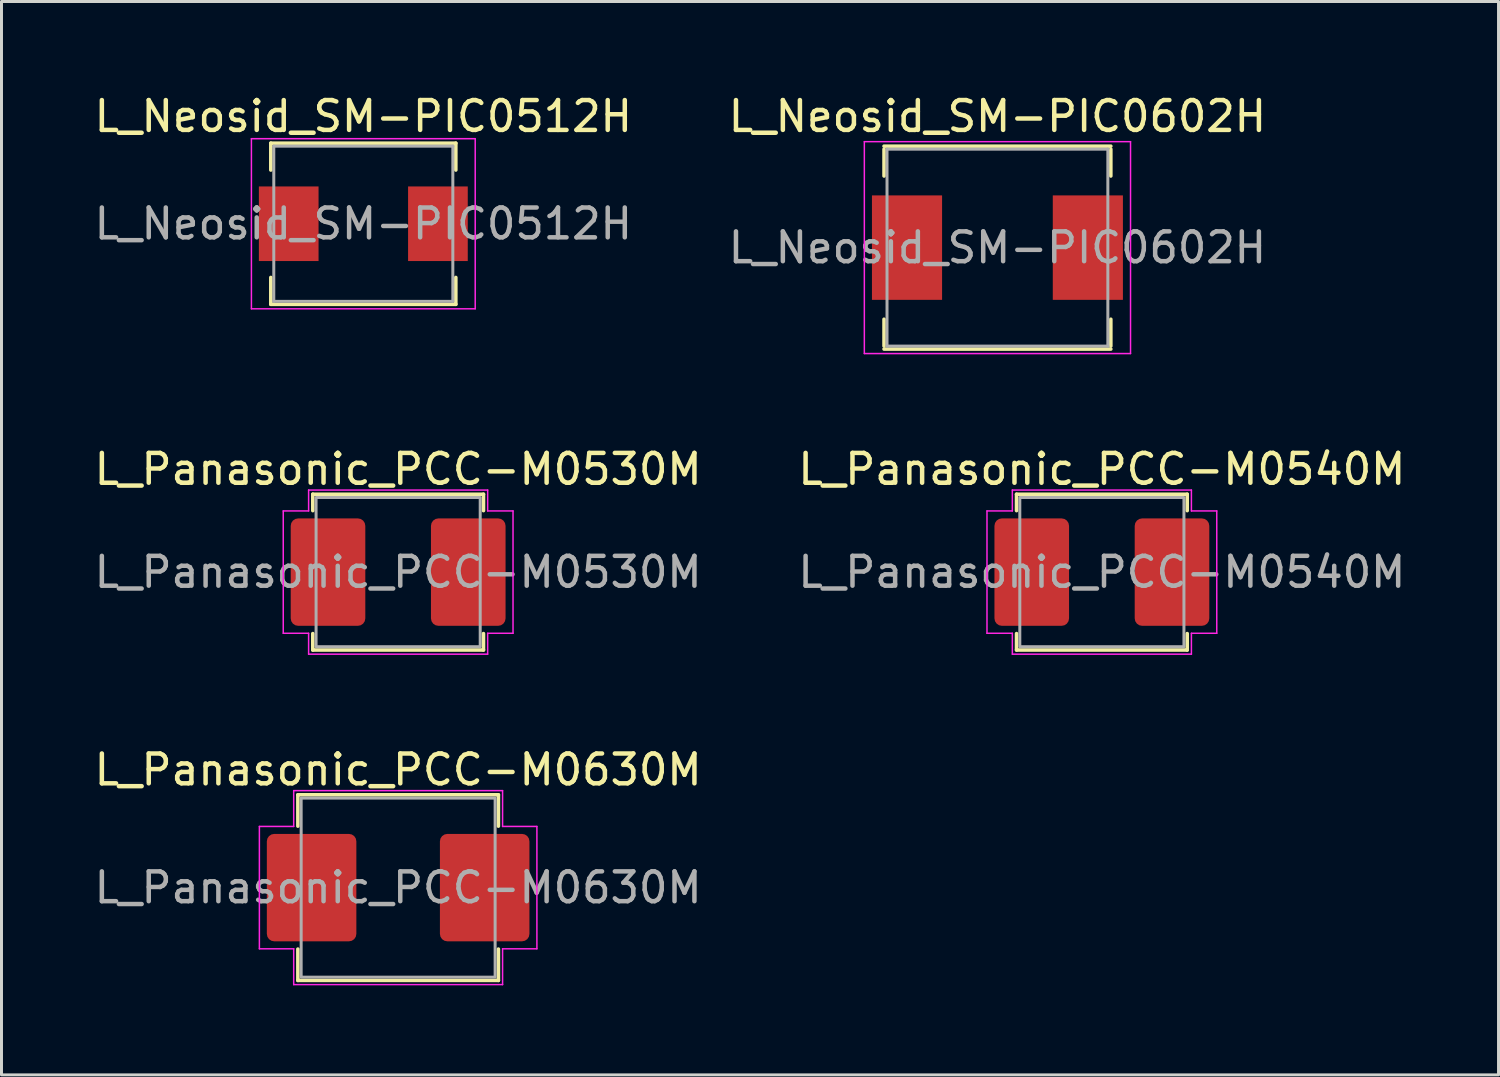
<source format=kicad_pcb>
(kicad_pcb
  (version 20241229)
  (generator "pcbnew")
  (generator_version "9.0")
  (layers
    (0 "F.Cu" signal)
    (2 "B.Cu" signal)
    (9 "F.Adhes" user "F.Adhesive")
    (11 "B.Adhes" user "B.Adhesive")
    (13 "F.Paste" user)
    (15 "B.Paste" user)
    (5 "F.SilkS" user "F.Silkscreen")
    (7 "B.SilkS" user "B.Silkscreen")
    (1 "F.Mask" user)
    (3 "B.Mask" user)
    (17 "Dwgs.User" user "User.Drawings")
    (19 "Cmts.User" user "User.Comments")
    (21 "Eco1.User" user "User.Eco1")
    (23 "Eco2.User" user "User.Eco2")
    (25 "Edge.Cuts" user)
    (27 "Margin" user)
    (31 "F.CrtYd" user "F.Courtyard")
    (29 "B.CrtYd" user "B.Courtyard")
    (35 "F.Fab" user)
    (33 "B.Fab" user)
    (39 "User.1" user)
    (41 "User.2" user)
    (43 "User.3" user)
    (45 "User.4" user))
  (footprint "L_Panasonic_PCC-M0540M"
    (layer "F.Cu")
    (at 33.875 16.122)
    (property "Reference" "L_Panasonic_PCC-M0540M" (at 0 -3.45 0) (layer "F.SilkS") (effects (font (size 1 1) (thickness 0.15))))
    (attr smd)
    (fp_line (start -2.86 -2.61) (end 2.86 -2.61) (stroke (width 0.12) (type solid)) (layer "F.SilkS"))
    (fp_line (start -2.86 -2.06) (end -2.86 -2.61) (stroke (width 0.12) (type solid)) (layer "F.SilkS"))
    (fp_line (start -2.86 2.61) (end -2.86 2.06) (stroke (width 0.12) (type solid)) (layer "F.SilkS"))
    (fp_line (start 2.86 -2.61) (end 2.86 -2.06) (stroke (width 0.12) (type solid)) (layer "F.SilkS"))
    (fp_line (start 2.86 2.06) (end 2.86 2.61) (stroke (width 0.12) (type solid)) (layer "F.SilkS"))
    (fp_line (start 2.86 2.61) (end -2.86 2.61) (stroke (width 0.12) (type solid)) (layer "F.SilkS"))
    (fp_line (start -3.85 -2.05) (end -3 -2.05) (stroke (width 0.05) (type solid)) (layer "F.CrtYd"))
    (fp_line (start -3.85 2.05) (end -3.85 -2.05) (stroke (width 0.05) (type solid)) (layer "F.CrtYd"))
    (fp_line (start -3 -2.75) (end 3 -2.75) (stroke (width 0.05) (type solid)) (layer "F.CrtYd"))
    (fp_line (start -3 -2.05) (end -3 -2.75) (stroke (width 0.05) (type solid)) (layer "F.CrtYd"))
    (fp_line (start -3 2.05) (end -3.85 2.05) (stroke (width 0.05) (type solid)) (layer "F.CrtYd"))
    (fp_line (start -3 2.75) (end -3 2.05) (stroke (width 0.05) (type solid)) (layer "F.CrtYd"))
    (fp_line (start 3 -2.75) (end 3 -2.05) (stroke (width 0.05) (type solid)) (layer "F.CrtYd"))
    (fp_line (start 3 -2.05) (end 3.85 -2.05) (stroke (width 0.05) (type solid)) (layer "F.CrtYd"))
    (fp_line (start 3 2.05) (end 3 2.75) (stroke (width 0.05) (type solid)) (layer "F.CrtYd"))
    (fp_line (start 3 2.75) (end -3 2.75) (stroke (width 0.05) (type solid)) (layer "F.CrtYd"))
    (fp_line (start 3.85 -2.05) (end 3.85 2.05) (stroke (width 0.05) (type solid)) (layer "F.CrtYd"))
    (fp_line (start 3.85 2.05) (end 3 2.05) (stroke (width 0.05) (type solid)) (layer "F.CrtYd"))
    (fp_rect (start -2.75 -2.5) (end 2.75 2.5) (stroke (width 0.1) (type solid)) (fill no) (layer "F.Fab"))
    (fp_text user "${REFERENCE}" (at 0 0 0) (layer "F.Fab") (effects (font (size 1 1) (thickness 0.15))))
    (pad "1" smd roundrect (at -2.35 0) (size 2.5 3.6) (layers "F.Cu" "F.Mask" "F.Paste") (roundrect_rratio 0.1))
    (pad "2" smd roundrect (at 2.35 0) (size 2.5 3.6) (layers "F.Cu" "F.Mask" "F.Paste") (roundrect_rratio 0.1)))
  (footprint "L_Panasonic_PCC-M0530M"
    (layer "F.Cu")
    (at 10.292 16.122)
    (property "Reference" "L_Panasonic_PCC-M0530M" (at 0 -3.45 0) (layer "F.SilkS") (effects (font (size 1 1) (thickness 0.15))))
    (attr smd)
    (fp_line (start -2.86 -2.61) (end 2.86 -2.61) (stroke (width 0.12) (type solid)) (layer "F.SilkS"))
    (fp_line (start -2.86 -2.06) (end -2.86 -2.61) (stroke (width 0.12) (type solid)) (layer "F.SilkS"))
    (fp_line (start -2.86 2.61) (end -2.86 2.06) (stroke (width 0.12) (type solid)) (layer "F.SilkS"))
    (fp_line (start 2.86 -2.61) (end 2.86 -2.06) (stroke (width 0.12) (type solid)) (layer "F.SilkS"))
    (fp_line (start 2.86 2.06) (end 2.86 2.61) (stroke (width 0.12) (type solid)) (layer "F.SilkS"))
    (fp_line (start 2.86 2.61) (end -2.86 2.61) (stroke (width 0.12) (type solid)) (layer "F.SilkS"))
    (fp_line (start -3.85 -2.05) (end -3 -2.05) (stroke (width 0.05) (type solid)) (layer "F.CrtYd"))
    (fp_line (start -3.85 2.05) (end -3.85 -2.05) (stroke (width 0.05) (type solid)) (layer "F.CrtYd"))
    (fp_line (start -3 -2.75) (end 3 -2.75) (stroke (width 0.05) (type solid)) (layer "F.CrtYd"))
    (fp_line (start -3 -2.05) (end -3 -2.75) (stroke (width 0.05) (type solid)) (layer "F.CrtYd"))
    (fp_line (start -3 2.05) (end -3.85 2.05) (stroke (width 0.05) (type solid)) (layer "F.CrtYd"))
    (fp_line (start -3 2.75) (end -3 2.05) (stroke (width 0.05) (type solid)) (layer "F.CrtYd"))
    (fp_line (start 3 -2.75) (end 3 -2.05) (stroke (width 0.05) (type solid)) (layer "F.CrtYd"))
    (fp_line (start 3 -2.05) (end 3.85 -2.05) (stroke (width 0.05) (type solid)) (layer "F.CrtYd"))
    (fp_line (start 3 2.05) (end 3 2.75) (stroke (width 0.05) (type solid)) (layer "F.CrtYd"))
    (fp_line (start 3 2.75) (end -3 2.75) (stroke (width 0.05) (type solid)) (layer "F.CrtYd"))
    (fp_line (start 3.85 -2.05) (end 3.85 2.05) (stroke (width 0.05) (type solid)) (layer "F.CrtYd"))
    (fp_line (start 3.85 2.05) (end 3 2.05) (stroke (width 0.05) (type solid)) (layer "F.CrtYd"))
    (fp_rect (start -2.75 -2.5) (end 2.75 2.5) (stroke (width 0.1) (type solid)) (fill no) (layer "F.Fab"))
    (fp_text user "${REFERENCE}" (at 0 0 0) (layer "F.Fab") (effects (font (size 1 1) (thickness 0.15))))
    (pad "1" smd roundrect (at -2.35 0) (size 2.5 3.6) (layers "F.Cu" "F.Mask" "F.Paste") (roundrect_rratio 0.1))
    (pad "2" smd roundrect (at 2.35 0) (size 2.5 3.6) (layers "F.Cu" "F.Mask" "F.Paste") (roundrect_rratio 0.1)))
  (footprint "L_Neosid_SM-PIC0602H"
    (layer "F.Cu")
    (at 30.375 5.248)
    (property "Reference" "L_Neosid_SM-PIC0602H" (at 0 -4.4 0) (layer "F.SilkS") (effects (font (size 1 1) (thickness 0.15))))
    (attr smd)
    (fp_line (start -3.8 -3.3) (end -3.8 -2.4) (stroke (width 0.12) (type solid)) (layer "F.SilkS"))
    (fp_line (start -3.8 2.4) (end -3.8 3.3) (stroke (width 0.12) (type solid)) (layer "F.SilkS"))
    (fp_line (start -3.8 3.4) (end 3.8 3.4) (stroke (width 0.12) (type solid)) (layer "F.SilkS"))
    (fp_line (start 3.8 -3.4) (end -3.8 -3.4) (stroke (width 0.12) (type solid)) (layer "F.SilkS"))
    (fp_line (start 3.8 -2.4) (end 3.8 -3.3) (stroke (width 0.12) (type solid)) (layer "F.SilkS"))
    (fp_line (start 3.8 3.3) (end 3.8 2.4) (stroke (width 0.12) (type solid)) (layer "F.SilkS"))
    (fp_line (start -4.46 -3.55) (end -4.46 3.55) (stroke (width 0.05) (type solid)) (layer "F.CrtYd"))
    (fp_line (start -4.46 -3.55) (end 4.46 -3.55) (stroke (width 0.05) (type solid)) (layer "F.CrtYd"))
    (fp_line (start 4.46 3.55) (end -4.46 3.55) (stroke (width 0.05) (type solid)) (layer "F.CrtYd"))
    (fp_line (start 4.46 3.55) (end 4.46 -3.55) (stroke (width 0.05) (type solid)) (layer "F.CrtYd"))
    (fp_line (start -3.7 -3.3) (end -3.7 3.3) (stroke (width 0.1) (type solid)) (layer "F.Fab"))
    (fp_line (start -3.7 3.3) (end 3.7 3.3) (stroke (width 0.1) (type solid)) (layer "F.Fab"))
    (fp_line (start 3.7 -3.3) (end -3.7 -3.3) (stroke (width 0.1) (type solid)) (layer "F.Fab"))
    (fp_line (start 3.7 3.3) (end 3.7 -3.3) (stroke (width 0.1) (type solid)) (layer "F.Fab"))
    (fp_text user "${REFERENCE}" (at 0 0 0) (layer "F.Fab") (effects (font (size 1 1) (thickness 0.15))))
    (pad "1" smd rect (at -3.03 0) (size 2.35 3.5) (layers "F.Cu" "F.Mask" "F.Paste"))
    (pad "2" smd rect (at 3.03 0) (size 2.35 3.5) (layers "F.Cu" "F.Mask" "F.Paste")))
  (footprint "L_Panasonic_PCC-M0630M"
    (layer "F.Cu")
    (at 10.292 26.695)
    (property "Reference" "L_Panasonic_PCC-M0630M" (at 0 -3.95 0) (layer "F.SilkS") (effects (font (size 1 1) (thickness 0.15))))
    (attr smd)
    (fp_line (start -3.36 -3.11) (end 3.36 -3.11) (stroke (width 0.12) (type solid)) (layer "F.SilkS"))
    (fp_line (start -3.36 -2.06) (end -3.36 -3.11) (stroke (width 0.12) (type solid)) (layer "F.SilkS"))
    (fp_line (start -3.36 3.11) (end -3.36 2.06) (stroke (width 0.12) (type solid)) (layer "F.SilkS"))
    (fp_line (start 3.36 -3.11) (end 3.36 -2.06) (stroke (width 0.12) (type solid)) (layer "F.SilkS"))
    (fp_line (start 3.36 2.06) (end 3.36 3.11) (stroke (width 0.12) (type solid)) (layer "F.SilkS"))
    (fp_line (start 3.36 3.11) (end -3.36 3.11) (stroke (width 0.12) (type solid)) (layer "F.SilkS"))
    (fp_line (start -4.65 -2.05) (end -3.5 -2.05) (stroke (width 0.05) (type solid)) (layer "F.CrtYd"))
    (fp_line (start -4.65 2.05) (end -4.65 -2.05) (stroke (width 0.05) (type solid)) (layer "F.CrtYd"))
    (fp_line (start -3.5 -3.25) (end 3.5 -3.25) (stroke (width 0.05) (type solid)) (layer "F.CrtYd"))
    (fp_line (start -3.5 -2.05) (end -3.5 -3.25) (stroke (width 0.05) (type solid)) (layer "F.CrtYd"))
    (fp_line (start -3.5 2.05) (end -4.65 2.05) (stroke (width 0.05) (type solid)) (layer "F.CrtYd"))
    (fp_line (start -3.5 3.25) (end -3.5 2.05) (stroke (width 0.05) (type solid)) (layer "F.CrtYd"))
    (fp_line (start 3.5 -3.25) (end 3.5 -2.05) (stroke (width 0.05) (type solid)) (layer "F.CrtYd"))
    (fp_line (start 3.5 -2.05) (end 4.65 -2.05) (stroke (width 0.05) (type solid)) (layer "F.CrtYd"))
    (fp_line (start 3.5 2.05) (end 3.5 3.25) (stroke (width 0.05) (type solid)) (layer "F.CrtYd"))
    (fp_line (start 3.5 3.25) (end -3.5 3.25) (stroke (width 0.05) (type solid)) (layer "F.CrtYd"))
    (fp_line (start 4.65 -2.05) (end 4.65 2.05) (stroke (width 0.05) (type solid)) (layer "F.CrtYd"))
    (fp_line (start 4.65 2.05) (end 3.5 2.05) (stroke (width 0.05) (type solid)) (layer "F.CrtYd"))
    (fp_rect (start -3.25 -3) (end 3.25 3) (stroke (width 0.1) (type solid)) (fill no) (layer "F.Fab"))
    (fp_text user "${REFERENCE}" (at 0 0 0) (layer "F.Fab") (effects (font (size 1 1) (thickness 0.15))))
    (pad "1" smd roundrect (at -2.9 0) (size 3 3.6) (layers "F.Cu" "F.Mask" "F.Paste") (roundrect_rratio 0.083))
    (pad "2" smd roundrect (at 2.9 0) (size 3 3.6) (layers "F.Cu" "F.Mask" "F.Paste") (roundrect_rratio 0.083)))
  (footprint "L_Neosid_SM-PIC0512H"
    (layer "F.Cu")
    (at 9.125 4.448)
    (property "Reference" "L_Neosid_SM-PIC0512H" (at 0 -3.6 0) (layer "F.SilkS") (effects (font (size 1 1) (thickness 0.15))))
    (attr smd)
    (fp_line (start -3.1 -2.7) (end -3.1 -1.8) (stroke (width 0.12) (type solid)) (layer "F.SilkS"))
    (fp_line (start -3.1 2.7) (end -3.1 1.8) (stroke (width 0.12) (type solid)) (layer "F.SilkS"))
    (fp_line (start 3.1 -2.7) (end -3.1 -2.7) (stroke (width 0.12) (type solid)) (layer "F.SilkS"))
    (fp_line (start 3.1 -2.7) (end 3.1 -1.8) (stroke (width 0.12) (type solid)) (layer "F.SilkS"))
    (fp_line (start 3.1 1.8) (end 3.1 2.7) (stroke (width 0.12) (type solid)) (layer "F.SilkS"))
    (fp_line (start 3.1 2.7) (end -3.1 2.7) (stroke (width 0.12) (type solid)) (layer "F.SilkS"))
    (fp_line (start -3.75 -2.85) (end -3.75 2.85) (stroke (width 0.05) (type solid)) (layer "F.CrtYd"))
    (fp_line (start -3.75 -2.85) (end 3.75 -2.85) (stroke (width 0.05) (type solid)) (layer "F.CrtYd"))
    (fp_line (start 3.75 2.85) (end -3.75 2.85) (stroke (width 0.05) (type solid)) (layer "F.CrtYd"))
    (fp_line (start 3.75 2.85) (end 3.75 -2.85) (stroke (width 0.05) (type solid)) (layer "F.CrtYd"))
    (fp_line (start -3 -2.6) (end 3 -2.6) (stroke (width 0.1) (type solid)) (layer "F.Fab"))
    (fp_line (start -3 2.6) (end -3 -2.6) (stroke (width 0.1) (type solid)) (layer "F.Fab"))
    (fp_line (start 3 -2.6) (end 3 2.6) (stroke (width 0.1) (type solid)) (layer "F.Fab"))
    (fp_line (start 3 2.6) (end -3 2.6) (stroke (width 0.1) (type solid)) (layer "F.Fab"))
    (fp_text user "${REFERENCE}" (at 0 0 0) (layer "F.Fab") (effects (font (size 1 1) (thickness 0.15))))
    (pad "1" smd rect (at -2.5 0 180) (size 2 2.5) (layers "F.Cu" "F.Mask" "F.Paste"))
    (pad "2" smd rect (at 2.5 0 180) (size 2 2.5) (layers "F.Cu" "F.Mask" "F.Paste")))
  (gr_rect
    (start -3 -3)
    (end 47.167 32.97)
    (stroke (width 0.1) (type default))
    (fill no)
    (layer "Edge.Cuts")))
</source>
